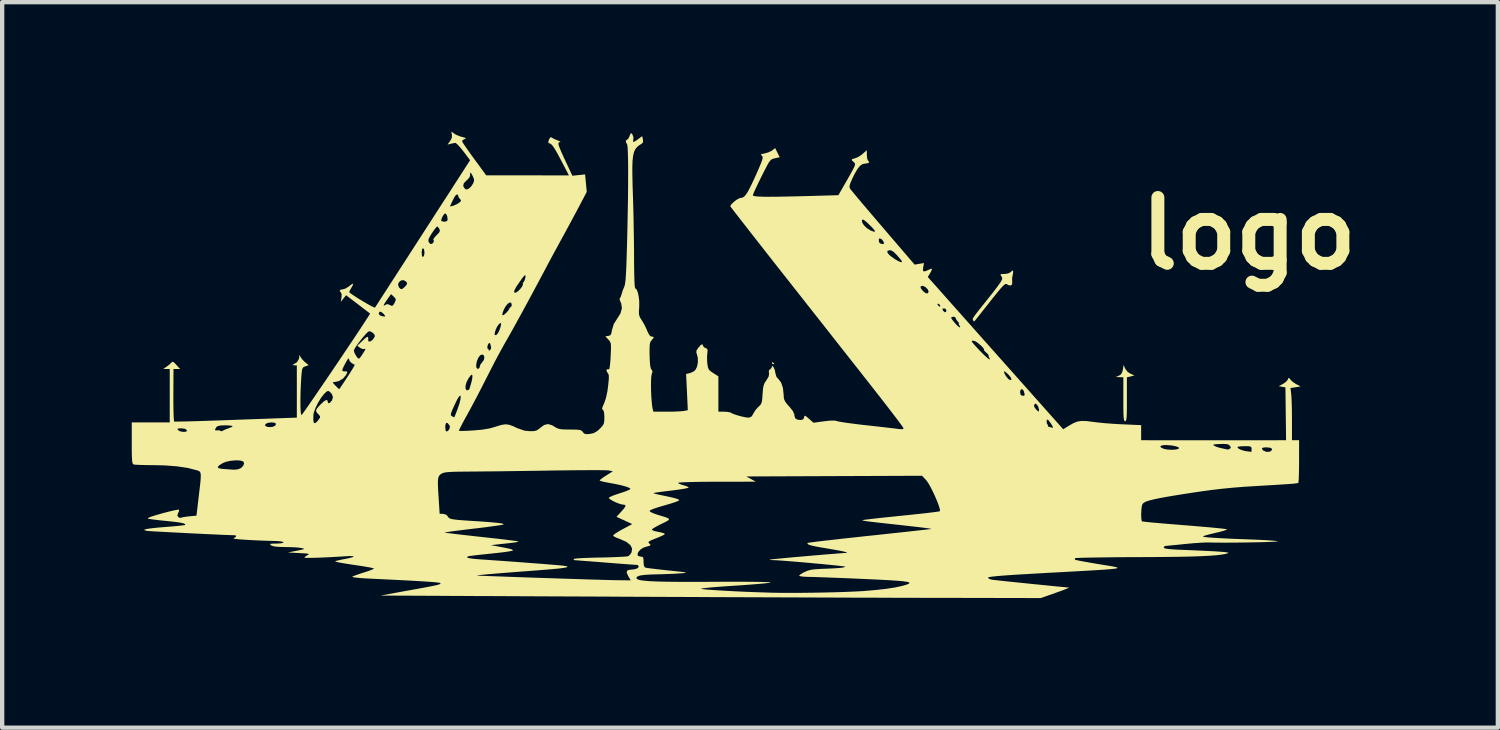
<source format=kicad_pcb>
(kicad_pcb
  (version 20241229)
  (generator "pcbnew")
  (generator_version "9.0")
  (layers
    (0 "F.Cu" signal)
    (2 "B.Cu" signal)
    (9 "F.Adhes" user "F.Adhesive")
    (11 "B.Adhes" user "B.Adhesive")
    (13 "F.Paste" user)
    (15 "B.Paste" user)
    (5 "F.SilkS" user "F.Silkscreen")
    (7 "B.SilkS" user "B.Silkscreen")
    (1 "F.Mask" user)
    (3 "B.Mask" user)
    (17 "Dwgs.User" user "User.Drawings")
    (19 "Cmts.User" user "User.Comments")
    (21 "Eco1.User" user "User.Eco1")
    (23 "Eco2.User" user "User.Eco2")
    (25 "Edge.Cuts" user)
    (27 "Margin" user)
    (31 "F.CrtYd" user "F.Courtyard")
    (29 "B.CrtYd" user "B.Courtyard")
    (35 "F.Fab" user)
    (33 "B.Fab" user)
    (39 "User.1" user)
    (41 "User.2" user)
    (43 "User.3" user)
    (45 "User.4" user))
  (footprint "logo"
    (layer "F.Cu")
    (at 12.782 4.831)
    (property "Reference" "logo" (at 13.075 -2.475 0) (layer "F.SilkS") (effects (font (size 1.524 1.524) (thickness 0.3))))
    (attr board_only exclude_from_pos_files exclude_from_bom)
    (fp_poly (pts (xy 2.062 0.509) (xy 2.088 0.533) (xy 2.089 0.538) (xy 2.068 0.549) (xy 2.062 0.55) (xy 2.035 0.529) (xy 2.034 0.521) (xy 2.051 0.504)) (stroke (width 0) (type solid)) (fill yes) (layer "F.SilkS"))
    (fp_poly (pts (xy 10.212 0.65) (xy 10.271 0.729) (xy 10.338 0.771) (xy 10.429 0.808) (xy 10.341 0.831) (xy 10.253 0.854) (xy 10.253 1.361) (xy 10.253 1.543) (xy 10.251 1.676) (xy 10.247 1.769) (xy 10.24 1.827) (xy 10.23 1.858) (xy 10.216 1.869) (xy 10.212 1.869) (xy 10.198 1.862) (xy 10.187 1.837) (xy 10.179 1.786) (xy 10.174 1.703) (xy 10.172 1.581) (xy 10.171 1.413) (xy 10.171 1.361) (xy 10.171 0.852) (xy 10.082 0.849) (xy 9.992 0.846) (xy 10.066 0.817) (xy 10.121 0.781) (xy 10.15 0.718) (xy 10.159 0.678) (xy 10.177 0.568)) (stroke (width 0) (type solid)) (fill yes) (layer "F.SilkS"))
    (fp_poly (pts (xy 7.621 -1.608) (xy 7.617 -1.551) (xy 7.61 -1.522) (xy 7.596 -1.437) (xy 7.598 -1.363) (xy 7.599 -1.357) (xy 7.596 -1.297) (xy 7.558 -1.27) (xy 7.502 -1.284) (xy 7.487 -1.295) (xy 7.469 -1.307) (xy 7.449 -1.308) (xy 7.422 -1.295) (xy 7.385 -1.262) (xy 7.332 -1.205) (xy 7.261 -1.119) (xy 7.165 -1.001) (xy 7.042 -0.845) (xy 6.997 -0.788) (xy 6.904 -0.671) (xy 6.825 -0.57) (xy 6.764 -0.494) (xy 6.727 -0.449) (xy 6.719 -0.44) (xy 6.701 -0.455) (xy 6.698 -0.458) (xy 6.685 -0.478) (xy 6.687 -0.503) (xy 6.708 -0.544) (xy 6.754 -0.608) (xy 6.829 -0.704) (xy 6.852 -0.733) (xy 7.003 -0.922) (xy 7.123 -1.073) (xy 7.214 -1.19) (xy 7.281 -1.28) (xy 7.327 -1.346) (xy 7.354 -1.392) (xy 7.366 -1.426) (xy 7.366 -1.449) (xy 7.358 -1.469) (xy 7.351 -1.48) (xy 7.327 -1.518) (xy 7.336 -1.535) (xy 7.387 -1.539) (xy 7.417 -1.539) (xy 7.5 -1.55) (xy 7.556 -1.577) (xy 7.56 -1.581) (xy 7.602 -1.619)) (stroke (width 0) (type solid)) (fill yes) (layer "F.SilkS"))
    (fp_poly (pts (xy -5.335 -4.799) (xy -5.274 -4.761) (xy -5.186 -4.725) (xy -5.148 -4.714) (xy -5.074 -4.694) (xy -5.048 -4.679) (xy -5.064 -4.667) (xy -5.081 -4.661) (xy -5.126 -4.634) (xy -5.135 -4.607) (xy -5.117 -4.574) (xy -5.071 -4.506) (xy -5.004 -4.409) (xy -4.921 -4.292) (xy -4.852 -4.198) (xy -4.577 -3.823) (xy -2.662 -3.821) (xy -2.852 -4.185) (xy -2.935 -4.34) (xy -2.999 -4.449) (xy -3.048 -4.518) (xy -3.084 -4.552) (xy -3.099 -4.558) (xy -3.136 -4.57) (xy -3.14 -4.601) (xy -3.125 -4.646) (xy -3.098 -4.698) (xy -3.07 -4.703) (xy -3.06 -4.696) (xy -3.012 -4.668) (xy -2.938 -4.636) (xy -2.921 -4.63) (xy -2.869 -4.607) (xy -2.859 -4.594) (xy -2.869 -4.592) (xy -2.894 -4.586) (xy -2.906 -4.567) (xy -2.902 -4.527) (xy -2.879 -4.46) (xy -2.837 -4.36) (xy -2.774 -4.22) (xy -2.735 -4.138) (xy -2.583 -3.813) (xy -2.288 -3.844) (xy -2.269 -3.641) (xy -2.25 -3.439) (xy -2.421 -3.114) (xy -2.497 -2.971) (xy -2.59 -2.798) (xy -2.689 -2.614) (xy -2.785 -2.437) (xy -2.818 -2.378) (xy -2.905 -2.218) (xy -2.995 -2.052) (xy -3.079 -1.897) (xy -3.149 -1.767) (xy -3.174 -1.718) (xy -3.357 -1.375) (xy -3.531 -1.05) (xy -3.694 -0.748) (xy -3.843 -0.476) (xy -3.975 -0.237) (xy -4.087 -0.038) (xy -4.164 0.096) (xy -4.222 0.2) (xy -4.298 0.34) (xy -4.385 0.504) (xy -4.476 0.681) (xy -4.565 0.856) (xy -4.57 0.866) (xy -4.664 1.05) (xy -4.764 1.245) (xy -4.864 1.435) (xy -4.955 1.604) (xy -5.025 1.732) (xy -5.093 1.855) (xy -5.149 1.961) (xy -5.189 2.04) (xy -5.208 2.084) (xy -5.209 2.09) (xy -5.18 2.094) (xy -5.107 2.094) (xy -5.001 2.09) (xy -4.875 2.083) (xy -4.671 2.065) (xy -4.504 2.037) (xy -4.358 1.996) (xy -4.35 1.993) (xy -4.227 1.955) (xy -4.132 1.941) (xy -4.045 1.951) (xy -3.944 1.989) (xy -3.862 2.028) (xy -3.691 2.088) (xy -3.569 2.1) (xy -3.472 2.098) (xy -3.407 2.082) (xy -3.354 2.046) (xy -3.335 2.029) (xy -3.237 1.957) (xy -3.146 1.935) (xy -3.05 1.964) (xy -3.006 1.991) (xy -2.951 2.024) (xy -2.897 2.045) (xy -2.828 2.057) (xy -2.731 2.061) (xy -2.639 2.062) (xy -2.516 2.063) (xy -2.435 2.068) (xy -2.387 2.079) (xy -2.357 2.098) (xy -2.341 2.12) (xy -2.309 2.156) (xy -2.262 2.169) (xy -2.181 2.164) (xy -2.181 2.164) (xy -2.086 2.143) (xy -2.004 2.095) (xy -1.949 2.045) (xy -1.888 1.981) (xy -1.856 1.927) (xy -1.844 1.86) (xy -1.842 1.78) (xy -1.848 1.671) (xy -1.867 1.614) (xy -1.878 1.606) (xy -1.895 1.586) (xy -1.886 1.541) (xy -1.851 1.463) (xy -1.808 1.341) (xy -1.772 1.176) (xy -1.757 1.064) (xy -1.743 0.938) (xy -1.738 0.854) (xy -1.741 0.801) (xy -1.754 0.766) (xy -1.772 0.744) (xy -1.794 0.698) (xy -1.782 0.666) (xy -1.745 0.666) (xy -1.736 0.671) (xy -1.725 0.651) (xy -1.715 0.587) (xy -1.704 0.488) (xy -1.697 0.369) (xy -1.691 0.233) (xy -1.689 0.14) (xy -1.693 0.079) (xy -1.706 0.037) (xy -1.727 0.005) (xy -1.751 -0.022) (xy -1.82 -0.096) (xy -1.752 -0.105) (xy -1.709 -0.117) (xy -1.684 -0.152) (xy -1.669 -0.225) (xy -1.666 -0.242) (xy -1.624 -0.382) (xy -1.554 -0.491) (xy -1.47 -0.624) (xy -1.436 -0.747) (xy -1.452 -0.857) (xy -1.465 -0.885) (xy -1.488 -0.941) (xy -1.486 -0.975) (xy -1.485 -0.976) (xy -1.463 -1.011) (xy -1.443 -1.073) (xy -1.417 -1.159) (xy -1.384 -1.238) (xy -1.371 -1.274) (xy -1.361 -1.33) (xy -1.351 -1.414) (xy -1.343 -1.529) (xy -1.335 -1.681) (xy -1.328 -1.876) (xy -1.321 -2.118) (xy -1.318 -2.207) (xy -1.309 -2.578) (xy -1.302 -2.928) (xy -1.296 -3.253) (xy -1.293 -3.551) (xy -1.292 -3.817) (xy -1.292 -4.047) (xy -1.295 -4.238) (xy -1.3 -4.387) (xy -1.306 -4.489) (xy -1.315 -4.54) (xy -1.318 -4.545) (xy -1.344 -4.59) (xy -1.341 -4.632) (xy -1.318 -4.646) (xy -1.29 -4.669) (xy -1.261 -4.726) (xy -1.259 -4.732) (xy -1.237 -4.788) (xy -1.218 -4.798) (xy -1.192 -4.769) (xy -1.17 -4.704) (xy -1.172 -4.655) (xy -1.179 -4.607) (xy -1.162 -4.595) (xy -1.115 -4.62) (xy -1.06 -4.66) (xy -0.968 -4.73) (xy -0.95 -4.655) (xy -0.946 -4.59) (xy -0.974 -4.557) (xy -1.037 -4.518) (xy -1.088 -4.476) (xy -1.128 -4.424) (xy -1.157 -4.357) (xy -1.178 -4.269) (xy -1.19 -4.154) (xy -1.195 -4.006) (xy -1.194 -3.819) (xy -1.189 -3.588) (xy -1.182 -3.383) (xy -1.174 -3.132) (xy -1.167 -2.847) (xy -1.162 -2.55) (xy -1.157 -2.26) (xy -1.155 -1.999) (xy -1.155 -1.931) (xy -1.154 -1.728) (xy -1.151 -1.55) (xy -1.147 -1.403) (xy -1.142 -1.293) (xy -1.135 -1.227) (xy -1.13 -1.21) (xy -1.098 -1.184) (xy -1.069 -1.117) (xy -1.048 -1.02) (xy -1.035 -0.907) (xy -1.035 -0.791) (xy -1.036 -0.77) (xy -1.043 -0.665) (xy -1.039 -0.594) (xy -1.021 -0.539) (xy -0.984 -0.479) (xy -0.978 -0.471) (xy -0.922 -0.377) (xy -0.869 -0.268) (xy -0.854 -0.23) (xy -0.818 -0.154) (xy -0.783 -0.104) (xy -0.766 -0.094) (xy -0.709 -0.085) (xy -0.701 -0.063) (xy -0.739 -0.017) (xy -0.766 0.016) (xy -0.784 0.055) (xy -0.793 0.111) (xy -0.796 0.197) (xy -0.796 0.324) (xy -0.795 0.341) (xy -0.79 0.491) (xy -0.78 0.592) (xy -0.765 0.653) (xy -0.751 0.674) (xy -0.727 0.716) (xy -0.742 0.769) (xy -0.745 0.774) (xy -0.755 0.824) (xy -0.761 0.916) (xy -0.763 1.036) (xy -0.761 1.171) (xy -0.755 1.308) (xy -0.745 1.435) (xy -0.733 1.537) (xy -0.726 1.574) (xy -0.708 1.649) (xy -0.399 1.649) (xy -0.264 1.648) (xy -0.141 1.643) (xy -0.045 1.637) (xy 0.000058 1.631) (xy 0.089 1.614) (xy 0.07 1.194) (xy 0.05 0.775) (xy 0.132 0.757) (xy 0.208 0.727) (xy 0.261 0.688) (xy 0.302 0.61) (xy 0.323 0.504) (xy 0.32 0.395) (xy 0.303 0.331) (xy 0.285 0.271) (xy 0.295 0.223) (xy 0.334 0.167) (xy 0.393 0.102) (xy 0.428 0.087) (xy 0.44 0.12) (xy 0.44 0.12) (xy 0.463 0.157) (xy 0.499 0.174) (xy 0.537 0.193) (xy 0.548 0.232) (xy 0.542 0.286) (xy 0.535 0.372) (xy 0.537 0.479) (xy 0.541 0.53) (xy 0.554 0.619) (xy 0.577 0.675) (xy 0.625 0.719) (xy 0.677 0.754) (xy 0.797 0.83) (xy 0.797 1.649) (xy 0.929 1.649) (xy 1.012 1.654) (xy 1.073 1.666) (xy 1.087 1.674) (xy 1.132 1.697) (xy 1.212 1.725) (xy 1.309 1.753) (xy 1.405 1.775) (xy 1.481 1.786) (xy 1.495 1.787) (xy 1.552 1.772) (xy 1.593 1.72) (xy 1.604 1.696) (xy 1.652 1.616) (xy 1.718 1.541) (xy 1.724 1.536) (xy 1.766 1.497) (xy 1.791 1.456) (xy 1.807 1.397) (xy 1.816 1.306) (xy 1.82 1.244) (xy 1.829 1.124) (xy 1.844 1.041) (xy 1.87 0.978) (xy 1.908 0.921) (xy 1.959 0.839) (xy 1.971 0.772) (xy 1.967 0.754) (xy 1.966 0.693) (xy 1.992 0.67) (xy 2.029 0.633) (xy 2.034 0.61) (xy 2.04 0.586) (xy 2.063 0.605) (xy 2.075 0.62) (xy 2.105 0.688) (xy 2.116 0.755) (xy 2.143 0.845) (xy 2.187 0.892) (xy 2.249 0.974) (xy 2.291 1.099) (xy 2.308 1.258) (xy 2.308 1.28) (xy 2.315 1.35) (xy 2.341 1.411) (xy 2.394 1.482) (xy 2.433 1.524) (xy 2.516 1.626) (xy 2.554 1.707) (xy 2.556 1.733) (xy 2.573 1.799) (xy 2.626 1.833) (xy 2.708 1.842) (xy 2.763 1.824) (xy 2.781 1.781) (xy 2.789 1.748) (xy 2.807 1.743) (xy 2.845 1.77) (xy 2.894 1.813) (xy 2.998 1.904) (xy 3.242 1.871) (xy 3.39 1.855) (xy 3.488 1.854) (xy 3.536 1.865) (xy 3.577 1.876) (xy 3.665 1.891) (xy 3.79 1.91) (xy 3.945 1.93) (xy 4.121 1.952) (xy 4.233 1.964) (xy 4.422 1.985) (xy 4.598 2.005) (xy 4.752 2.023) (xy 4.875 2.037) (xy 4.958 2.048) (xy 4.982 2.051) (xy 5.059 2.055) (xy 5.085 2.036) (xy 5.085 2.035) (xy 5.069 2.008) (xy 5.022 1.942) (xy 4.954 1.851) (xy 8.396 1.851) (xy 8.397 1.91) (xy 8.412 1.938) (xy 8.43 1.972) (xy 8.422 1.982) (xy 8.426 1.99) (xy 8.467 2.005) (xy 8.521 2.018) (xy 8.545 2.018) (xy 8.536 1.994) (xy 8.505 1.939) (xy 8.484 1.908) (xy 8.439 1.848) (xy 8.413 1.83) (xy 8.396 1.85) (xy 8.396 1.851) (xy 4.954 1.851) (xy 4.947 1.841) (xy 4.848 1.711) (xy 4.728 1.555) (xy 4.708 1.529) (xy 8.104 1.529) (xy 8.142 1.586) (xy 8.143 1.587) (xy 8.191 1.635) (xy 8.213 1.644) (xy 8.219 1.614) (xy 8.219 1.6) (xy 8.203 1.539) (xy 8.179 1.497) (xy 8.145 1.461) (xy 8.121 1.471) (xy 8.111 1.484) (xy 8.104 1.529) (xy 4.708 1.529) (xy 4.591 1.378) (xy 4.45 1.198) (xy 7.78 1.198) (xy 7.79 1.248) (xy 7.814 1.274) (xy 7.867 1.282) (xy 7.888 1.26) (xy 7.887 1.25) (xy 7.866 1.173) (xy 7.846 1.137) (xy 7.819 1.127) (xy 7.817 1.127) (xy 7.789 1.149) (xy 7.78 1.198) (xy 4.45 1.198) (xy 4.44 1.185) (xy 4.291 0.995) (xy 4.131 0.791) (xy 4.086 0.733) (xy 7.409 0.733) (xy 7.426 0.779) (xy 7.46 0.834) (xy 7.499 0.882) (xy 7.525 0.904) (xy 7.57 0.918) (xy 7.582 0.898) (xy 7.563 0.853) (xy 7.516 0.795) (xy 7.462 0.744) (xy 7.423 0.716) (xy 7.416 0.715) (xy 7.409 0.733) (xy 4.086 0.733) (xy 3.942 0.551) (xy 3.73 0.282) (xy 3.518 0.012) (xy 6.659 0.012) (xy 6.67 0.037) (xy 6.712 0.089) (xy 6.775 0.159) (xy 6.849 0.238) (xy 6.926 0.315) (xy 6.996 0.381) (xy 7.049 0.426) (xy 7.074 0.44) (xy 7.081 0.423) (xy 7.068 0.403) (xy 7.049 0.364) (xy 7.053 0.351) (xy 7.044 0.326) (xy 7.003 0.285) (xy 6.998 0.282) (xy 6.955 0.24) (xy 6.944 0.212) (xy 6.945 0.211) (xy 6.937 0.185) (xy 6.898 0.14) (xy 6.841 0.088) (xy 6.781 0.041) (xy 6.73 0.012) (xy 6.726 0.011) (xy 6.676 0.005) (xy 6.659 0.012) (xy 3.518 0.012) (xy 3.502 -0.008) (xy 3.262 -0.313) (xy 3.092 -0.529) (xy 6.185 -0.529) (xy 6.202 -0.492) (xy 6.245 -0.435) (xy 6.298 -0.374) (xy 6.348 -0.324) (xy 6.382 -0.302) (xy 6.383 -0.302) (xy 6.396 -0.317) (xy 6.381 -0.339) (xy 6.362 -0.377) (xy 6.365 -0.39) (xy 6.359 -0.416) (xy 6.337 -0.439) (xy 6.302 -0.486) (xy 6.295 -0.512) (xy 6.272 -0.543) (xy 6.24 -0.55) (xy 6.195 -0.541) (xy 6.185 -0.529) (xy 3.092 -0.529) (xy 3.016 -0.625) (xy 2.929 -0.736) (xy 5.982 -0.736) (xy 5.987 -0.707) (xy 5.998 -0.689) (xy 6.037 -0.652) (xy 6.067 -0.663) (xy 6.075 -0.703) (xy 6.052 -0.735) (xy 6.02 -0.742) (xy 5.982 -0.736) (xy 2.929 -0.736) (xy 2.849 -0.836) (xy 5.867 -0.836) (xy 5.883 -0.81) (xy 5.919 -0.782) (xy 5.936 -0.791) (xy 5.925 -0.823) (xy 5.888 -0.851) (xy 5.878 -0.852) (xy 5.867 -0.836) (xy 2.849 -0.836) (xy 2.77 -0.938) (xy 2.529 -1.243) (xy 2.523 -1.251) (xy 5.477 -1.251) (xy 5.481 -1.211) (xy 5.531 -1.146) (xy 5.539 -1.138) (xy 5.599 -1.094) (xy 5.644 -1.09) (xy 5.663 -1.128) (xy 5.663 -1.133) (xy 5.641 -1.186) (xy 5.589 -1.237) (xy 5.53 -1.264) (xy 5.521 -1.265) (xy 5.477 -1.251) (xy 2.523 -1.251) (xy 2.3 -1.534) (xy 2.285 -1.553) (xy 2.085 -1.807) (xy 1.902 -2.04) (xy 4.707 -2.04) (xy 4.746 -1.986) (xy 4.789 -1.95) (xy 4.887 -1.88) (xy 4.967 -1.834) (xy 5.022 -1.812) (xy 5.047 -1.816) (xy 5.035 -1.85) (xy 5.015 -1.876) (xy 4.927 -1.978) (xy 4.862 -2.043) (xy 4.812 -2.078) (xy 4.77 -2.089) (xy 4.764 -2.089) (xy 4.712 -2.076) (xy 4.707 -2.04) (xy 1.902 -2.04) (xy 1.896 -2.048) (xy 1.719 -2.274) (xy 1.664 -2.344) (xy 4.51 -2.344) (xy 4.511 -2.299) (xy 4.527 -2.257) (xy 4.543 -2.245) (xy 4.607 -2.229) (xy 4.631 -2.248) (xy 4.626 -2.275) (xy 4.586 -2.336) (xy 4.532 -2.364) (xy 4.529 -2.364) (xy 4.51 -2.344) (xy 1.664 -2.344) (xy 1.558 -2.479) (xy 1.416 -2.662) (xy 1.322 -2.782) (xy 4.12 -2.782) (xy 4.126 -2.729) (xy 4.169 -2.663) (xy 4.237 -2.598) (xy 4.318 -2.547) (xy 4.329 -2.542) (xy 4.398 -2.517) (xy 4.424 -2.522) (xy 4.408 -2.557) (xy 4.348 -2.624) (xy 4.293 -2.679) (xy 4.213 -2.753) (xy 4.162 -2.791) (xy 4.134 -2.799) (xy 4.12 -2.782) (xy 1.322 -2.782) (xy 1.294 -2.818) (xy 1.196 -2.944) (xy 1.125 -3.037) (xy 1.083 -3.092) (xy 1.072 -3.108) (xy 1.093 -3.147) (xy 1.145 -3.199) (xy 1.21 -3.251) (xy 1.273 -3.288) (xy 1.308 -3.299) (xy 1.352 -3.306) (xy 1.395 -3.331) (xy 1.439 -3.381) (xy 1.489 -3.462) (xy 1.549 -3.578) (xy 1.624 -3.737) (xy 1.665 -3.828) (xy 1.733 -3.982) (xy 1.78 -4.094) (xy 1.809 -4.171) (xy 1.822 -4.221) (xy 1.821 -4.252) (xy 1.81 -4.271) (xy 1.803 -4.276) (xy 1.78 -4.299) (xy 1.796 -4.314) (xy 1.857 -4.327) (xy 1.867 -4.329) (xy 1.957 -4.355) (xy 2.035 -4.393) (xy 2.044 -4.4) (xy 2.111 -4.453) (xy 2.216 -4.242) (xy 2.104 -4.217) (xy 2.062 -4.206) (xy 2.028 -4.191) (xy 1.997 -4.163) (xy 1.962 -4.116) (xy 1.92 -4.041) (xy 1.863 -3.931) (xy 1.794 -3.794) (xy 1.727 -3.657) (xy 1.669 -3.536) (xy 1.625 -3.44) (xy 1.6 -3.378) (xy 1.595 -3.361) (xy 1.606 -3.348) (xy 1.644 -3.339) (xy 1.712 -3.332) (xy 1.813 -3.328) (xy 1.952 -3.326) (xy 2.131 -3.327) (xy 2.354 -3.331) (xy 2.626 -3.337) (xy 2.91 -3.344) (xy 3.575 -3.363) (xy 3.781 -3.722) (xy 3.859 -3.86) (xy 3.913 -3.959) (xy 3.946 -4.026) (xy 3.96 -4.069) (xy 3.959 -4.096) (xy 3.945 -4.116) (xy 3.931 -4.128) (xy 3.886 -4.171) (xy 3.888 -4.195) (xy 3.94 -4.212) (xy 3.956 -4.215) (xy 4.026 -4.243) (xy 4.107 -4.295) (xy 4.135 -4.318) (xy 4.233 -4.404) (xy 4.233 -4.293) (xy 4.24 -4.219) (xy 4.255 -4.171) (xy 4.261 -4.165) (xy 4.289 -4.132) (xy 4.268 -4.106) (xy 4.206 -4.096) (xy 4.137 -4.084) (xy 4.075 -4.042) (xy 4.013 -3.965) (xy 3.945 -3.845) (xy 3.91 -3.774) (xy 3.862 -3.668) (xy 3.837 -3.597) (xy 3.832 -3.551) (xy 3.844 -3.516) (xy 3.845 -3.514) (xy 3.87 -3.481) (xy 3.927 -3.413) (xy 4.011 -3.311) (xy 4.119 -3.183) (xy 4.248 -3.031) (xy 4.392 -2.862) (xy 4.548 -2.679) (xy 4.609 -2.608) (xy 5.339 -1.756) (xy 5.448 -1.774) (xy 5.556 -1.792) (xy 5.538 -1.693) (xy 5.531 -1.625) (xy 5.55 -1.597) (xy 5.601 -1.607) (xy 5.664 -1.636) (xy 5.722 -1.661) (xy 5.742 -1.652) (xy 5.725 -1.606) (xy 5.695 -1.553) (xy 5.644 -1.47) (xy 7.211 0.293) (xy 8.779 2.055) (xy 8.91 1.974) (xy 9.017 1.913) (xy 9.11 1.877) (xy 9.205 1.862) (xy 9.319 1.866) (xy 9.463 1.884) (xy 9.585 1.899) (xy 9.744 1.915) (xy 9.921 1.928) (xy 10.1 1.939) (xy 10.15 1.941) (xy 10.583 1.96) (xy 10.583 2.309) (xy 10.954 2.31) (xy 11.081 2.31) (xy 11.252 2.31) (xy 11.455 2.31) (xy 11.678 2.31) (xy 11.911 2.31) (xy 12.142 2.31) (xy 12.15 2.31) (xy 12.389 2.31) (xy 12.637 2.31) (xy 12.882 2.31) (xy 13.11 2.31) (xy 13.309 2.31) (xy 13.456 2.31) (xy 13.938 2.309) (xy 13.923 1.086) (xy 13.769 1.058) (xy 13.866 1.006) (xy 13.933 0.96) (xy 13.976 0.911) (xy 13.98 0.901) (xy 13.995 0.865) (xy 14.013 0.872) (xy 14.038 0.905) (xy 14.089 0.956) (xy 14.163 1.006) (xy 14.176 1.013) (xy 14.275 1.064) (xy 14.04 1.101) (xy 14.057 1.245) (xy 14.063 1.322) (xy 14.068 1.44) (xy 14.072 1.588) (xy 14.074 1.751) (xy 14.074 1.849) (xy 14.074 2.309) (xy 14.239 2.309) (xy 14.239 2.804) (xy 14.238 2.962) (xy 14.235 3.1) (xy 14.231 3.208) (xy 14.225 3.278) (xy 14.219 3.301) (xy 14.178 3.306) (xy 14.129 3.313) (xy 14.085 3.317) (xy 13.993 3.324) (xy 13.862 3.332) (xy 13.699 3.343) (xy 13.512 3.354) (xy 13.308 3.366) (xy 13.277 3.368) (xy 12.979 3.386) (xy 12.716 3.407) (xy 12.469 3.431) (xy 12.22 3.46) (xy 11.952 3.497) (xy 11.71 3.533) (xy 11.434 3.576) (xy 11.207 3.614) (xy 11.025 3.647) (xy 10.884 3.676) (xy 10.777 3.703) (xy 10.7 3.728) (xy 10.649 3.754) (xy 10.619 3.781) (xy 10.611 3.793) (xy 10.597 3.845) (xy 10.588 3.926) (xy 10.584 4.019) (xy 10.586 4.106) (xy 10.594 4.168) (xy 10.604 4.188) (xy 10.636 4.193) (xy 10.716 4.202) (xy 10.837 4.214) (xy 10.995 4.228) (xy 11.182 4.244) (xy 11.392 4.261) (xy 11.587 4.277) (xy 11.812 4.295) (xy 12.019 4.313) (xy 12.202 4.329) (xy 12.356 4.344) (xy 12.472 4.356) (xy 12.546 4.366) (xy 12.571 4.371) (xy 12.555 4.384) (xy 12.495 4.405) (xy 12.401 4.431) (xy 12.303 4.454) (xy 12.185 4.482) (xy 12.09 4.507) (xy 12.03 4.527) (xy 12.013 4.537) (xy 12.039 4.547) (xy 12.118 4.557) (xy 12.251 4.567) (xy 12.437 4.578) (xy 12.677 4.59) (xy 12.971 4.601) (xy 13.154 4.608) (xy 13.322 4.615) (xy 13.475 4.623) (xy 13.604 4.632) (xy 13.697 4.64) (xy 13.745 4.648) (xy 13.734 4.653) (xy 13.677 4.657) (xy 13.58 4.662) (xy 13.45 4.667) (xy 13.297 4.671) (xy 13.126 4.674) (xy 12.947 4.677) (xy 12.766 4.679) (xy 12.591 4.68) (xy 12.43 4.68) (xy 12.291 4.679) (xy 12.181 4.677) (xy 12.164 4.676) (xy 12.076 4.676) (xy 11.948 4.683) (xy 11.797 4.693) (xy 11.636 4.708) (xy 11.59 4.712) (xy 11.444 4.728) (xy 11.315 4.74) (xy 11.216 4.75) (xy 11.155 4.755) (xy 11.143 4.756) (xy 11.109 4.777) (xy 11.106 4.793) (xy 11.118 4.807) (xy 11.158 4.819) (xy 11.233 4.829) (xy 11.348 4.838) (xy 11.51 4.846) (xy 11.566 4.848) (xy 11.856 4.86) (xy 12.094 4.871) (xy 12.283 4.881) (xy 12.426 4.891) (xy 12.525 4.899) (xy 12.584 4.908) (xy 12.605 4.916) (xy 12.597 4.923) (xy 12.532 4.942) (xy 12.441 4.958) (xy 12.321 4.972) (xy 12.169 4.983) (xy 11.981 4.993) (xy 11.754 5.001) (xy 11.484 5.007) (xy 11.168 5.011) (xy 10.804 5.014) (xy 10.536 5.015) (xy 10.257 5.016) (xy 9.995 5.018) (xy 9.755 5.021) (xy 9.542 5.024) (xy 9.361 5.027) (xy 9.217 5.03) (xy 9.115 5.034) (xy 9.061 5.037) (xy 9.054 5.039) (xy 9.048 5.07) (xy 9.051 5.074) (xy 9.082 5.083) (xy 9.159 5.1) (xy 9.273 5.121) (xy 9.416 5.146) (xy 9.58 5.174) (xy 9.612 5.179) (xy 9.738 5.2) (xy 9.846 5.217) (xy 9.932 5.232) (xy 9.994 5.245) (xy 10.03 5.256) (xy 10.038 5.267) (xy 10.013 5.276) (xy 9.954 5.286) (xy 9.858 5.295) (xy 9.723 5.306) (xy 9.545 5.317) (xy 9.323 5.33) (xy 9.053 5.345) (xy 8.733 5.363) (xy 8.432 5.379) (xy 8.098 5.398) (xy 7.816 5.414) (xy 7.583 5.429) (xy 7.396 5.442) (xy 7.251 5.454) (xy 7.146 5.465) (xy 7.078 5.475) (xy 7.043 5.484) (xy 7.037 5.489) (xy 7.061 5.516) (xy 7.12 5.536) (xy 7.127 5.538) (xy 7.171 5.543) (xy 7.261 5.553) (xy 7.389 5.567) (xy 7.547 5.584) (xy 7.726 5.602) (xy 7.918 5.622) (xy 8.114 5.642) (xy 8.306 5.661) (xy 8.486 5.679) (xy 8.645 5.695) (xy 8.774 5.707) (xy 8.867 5.716) (xy 8.912 5.719) (xy 8.901 5.729) (xy 8.847 5.752) (xy 8.757 5.787) (xy 8.64 5.829) (xy 8.604 5.842) (xy 8.26 5.963) (xy 5.924 5.958) (xy 5.601 5.958) (xy 5.23 5.957) (xy 4.815 5.956) (xy 4.364 5.954) (xy 3.881 5.953) (xy 3.374 5.951) (xy 2.848 5.949) (xy 2.308 5.947) (xy 1.762 5.945) (xy 1.214 5.943) (xy 0.672 5.941) (xy 0.141 5.938) (xy -0.374 5.936) (xy -0.385 5.936) (xy -0.875 5.934) (xy -1.368 5.932) (xy -1.858 5.929) (xy -2.341 5.927) (xy -2.812 5.925) (xy -3.268 5.923) (xy -3.702 5.921) (xy -4.111 5.919) (xy -4.49 5.917) (xy -4.834 5.916) (xy -5.139 5.914) (xy -5.401 5.913) (xy -5.614 5.912) (xy -5.69 5.911) (xy -7.023 5.905) (xy -6.515 5.812) (xy -6.273 5.768) (xy -6.079 5.733) (xy -5.929 5.705) (xy -5.817 5.683) (xy -5.737 5.666) (xy -5.684 5.652) (xy -5.653 5.642) (xy -5.638 5.632) (xy -5.634 5.624) (xy -5.633 5.622) (xy -5.642 5.615) (xy -5.668 5.608) (xy -5.716 5.601) (xy -5.79 5.594) (xy -5.893 5.586) (xy -6.029 5.577) (xy -6.201 5.567) (xy -6.414 5.555) (xy -6.671 5.542) (xy -6.976 5.527) (xy -7.308 5.511) (xy -7.445 5.503) (xy -7.559 5.493) (xy -7.639 5.483) (xy -7.678 5.474) (xy -7.679 5.47) (xy -7.644 5.452) (xy -7.569 5.424) (xy -7.468 5.39) (xy -7.415 5.373) (xy -7.31 5.339) (xy -7.228 5.308) (xy -7.181 5.286) (xy -7.175 5.28) (xy -7.2 5.27) (xy -7.272 5.254) (xy -7.38 5.235) (xy -7.517 5.213) (xy -7.642 5.195) (xy -7.792 5.172) (xy -7.918 5.151) (xy -8.012 5.133) (xy -8.066 5.118) (xy -8.075 5.11) (xy -8.032 5.097) (xy -7.952 5.078) (xy -7.851 5.058) (xy -7.841 5.057) (xy -7.745 5.037) (xy -7.674 5.018) (xy -7.643 5.003) (xy -7.642 5.002) (xy -7.667 4.993) (xy -7.732 4.99) (xy -7.814 4.994) (xy -7.988 5.005) (xy -8.164 5.015) (xy -8.334 5.023) (xy -8.489 5.029) (xy -8.619 5.032) (xy -8.717 5.033) (xy -8.774 5.031) (xy -8.785 5.028) (xy -8.77 5.005) (xy -8.722 4.974) (xy -8.72 4.973) (xy -8.689 4.955) (xy -8.685 4.943) (xy -8.714 4.934) (xy -8.783 4.928) (xy -8.9 4.921) (xy -8.906 4.921) (xy -9.168 4.907) (xy -8.961 4.867) (xy -8.859 4.846) (xy -8.806 4.833) (xy -8.794 4.822) (xy -8.82 4.812) (xy -8.852 4.805) (xy -8.921 4.795) (xy -9.027 4.787) (xy -9.154 4.783) (xy -9.226 4.782) (xy -9.377 4.778) (xy -9.48 4.768) (xy -9.542 4.75) (xy -9.556 4.742) (xy -9.578 4.72) (xy -9.571 4.708) (xy -9.524 4.703) (xy -9.436 4.702) (xy -9.329 4.696) (xy -9.275 4.683) (xy -9.272 4.667) (xy -9.321 4.652) (xy -9.419 4.643) (xy -9.449 4.642) (xy -9.645 4.637) (xy -9.833 4.63) (xy -10.007 4.622) (xy -10.16 4.613) (xy -10.285 4.604) (xy -10.375 4.595) (xy -10.423 4.586) (xy -10.425 4.578) (xy -10.378 4.551) (xy -10.364 4.523) (xy -10.391 4.509) (xy -10.398 4.509) (xy -10.449 4.508) (xy -10.546 4.504) (xy -10.68 4.499) (xy -10.845 4.491) (xy -11.033 4.483) (xy -11.234 4.473) (xy -11.443 4.463) (xy -11.65 4.452) (xy -11.848 4.442) (xy -12.029 4.432) (xy -12.185 4.424) (xy -12.308 4.417) (xy -12.392 4.411) (xy -12.424 4.408) (xy -12.485 4.394) (xy -12.491 4.38) (xy -12.443 4.365) (xy -12.339 4.349) (xy -12.181 4.332) (xy -11.999 4.317) (xy -11.849 4.305) (xy -11.72 4.293) (xy -11.62 4.283) (xy -11.56 4.274) (xy -11.546 4.271) (xy -11.546 4.251) (xy -11.587 4.232) (xy -11.674 4.214) (xy -11.81 4.196) (xy -11.98 4.178) (xy -12.122 4.164) (xy -12.248 4.149) (xy -12.344 4.136) (xy -12.401 4.126) (xy -12.407 4.124) (xy -12.406 4.11) (xy -12.351 4.085) (xy -12.244 4.05) (xy -12.087 4.005) (xy -12.082 4.003) (xy -11.945 3.967) (xy -11.829 3.939) (xy -11.742 3.921) (xy -11.694 3.915) (xy -11.688 3.917) (xy -11.688 3.95) (xy -11.706 3.989) (xy -11.727 4.044) (xy -11.709 4.084) (xy -11.668 4.108) (xy -11.647 4.105) (xy -11.606 4.093) (xy -11.528 4.08) (xy -11.451 4.071) (xy -11.284 4.055) (xy -11.239 3.67) (xy -11.215 3.469) (xy -11.197 3.316) (xy -11.191 3.253) (xy -5.695 3.253) (xy -5.695 3.35) (xy -5.689 3.486) (xy -5.679 3.635) (xy -5.655 4.013) (xy -5.577 4.013) (xy -5.503 4.033) (xy -5.471 4.067) (xy -5.455 4.093) (xy -5.432 4.113) (xy -5.395 4.129) (xy -5.337 4.141) (xy -5.25 4.152) (xy -5.125 4.162) (xy -4.956 4.174) (xy -4.893 4.178) (xy -4.658 4.193) (xy -4.474 4.207) (xy -4.337 4.22) (xy -4.244 4.231) (xy -4.191 4.242) (xy -4.174 4.253) (xy -4.181 4.261) (xy -4.218 4.269) (xy -4.302 4.283) (xy -4.425 4.3) (xy -4.578 4.321) (xy -4.753 4.343) (xy -4.886 4.358) (xy -5.069 4.38) (xy -5.233 4.401) (xy -5.368 4.418) (xy -5.47 4.433) (xy -5.529 4.443) (xy -5.541 4.447) (xy -5.512 4.452) (xy -5.435 4.462) (xy -5.317 4.477) (xy -5.164 4.495) (xy -4.984 4.515) (xy -4.782 4.538) (xy -4.689 4.548) (xy -4.48 4.571) (xy -4.288 4.592) (xy -4.122 4.612) (xy -3.987 4.629) (xy -3.891 4.642) (xy -3.839 4.65) (xy -3.833 4.652) (xy -3.849 4.663) (xy -3.906 4.675) (xy -3.964 4.682) (xy -4.075 4.695) (xy -4.205 4.709) (xy -4.288 4.718) (xy -4.467 4.738) (xy -4.275 4.774) (xy -4.138 4.8) (xy -4.047 4.819) (xy -3.992 4.834) (xy -3.966 4.847) (xy -3.958 4.86) (xy -3.958 4.861) (xy -3.984 4.87) (xy -4.056 4.884) (xy -4.165 4.9) (xy -4.303 4.916) (xy -4.433 4.93) (xy -4.593 4.947) (xy -4.737 4.962) (xy -4.856 4.976) (xy -4.938 4.986) (xy -4.97 4.991) (xy -5.02 5.008) (xy -5.018 5.025) (xy -4.966 5.041) (xy -4.867 5.055) (xy -4.724 5.067) (xy -4.708 5.068) (xy -4.556 5.078) (xy -4.375 5.091) (xy -4.171 5.105) (xy -3.955 5.121) (xy -3.735 5.137) (xy -3.519 5.154) (xy -3.315 5.169) (xy -3.133 5.184) (xy -2.981 5.196) (xy -2.868 5.206) (xy -2.804 5.212) (xy -2.725 5.224) (xy -2.693 5.236) (xy -2.708 5.249) (xy -2.773 5.263) (xy -2.888 5.278) (xy -3.054 5.294) (xy -3.274 5.312) (xy -3.373 5.32) (xy -3.734 5.347) (xy -4.041 5.371) (xy -4.295 5.391) (xy -4.495 5.408) (xy -4.643 5.421) (xy -4.74 5.431) (xy -4.786 5.438) (xy -4.783 5.442) (xy -4.731 5.445) (xy -4.631 5.449) (xy -4.488 5.455) (xy -4.309 5.461) (xy -4.1 5.469) (xy -3.868 5.477) (xy -3.618 5.486) (xy -3.358 5.495) (xy -3.093 5.503) (xy -2.83 5.512) (xy -2.574 5.52) (xy -2.333 5.528) (xy -2.113 5.535) (xy -1.92 5.54) (xy -1.759 5.545) (xy -1.638 5.548) (xy -1.571 5.549) (xy -1.232 5.553) (xy -1.263 5.499) (xy -1.1 5.499) (xy -1.089 5.519) (xy -1.056 5.536) (xy -0.997 5.551) (xy -0.908 5.562) (xy -0.787 5.572) (xy -0.63 5.579) (xy -0.434 5.584) (xy -0.195 5.587) (xy 0.09 5.588) (xy 0.423 5.588) (xy 0.742 5.586) (xy 1.029 5.585) (xy 1.287 5.585) (xy 1.511 5.586) (xy 1.699 5.588) (xy 1.845 5.591) (xy 1.947 5.595) (xy 2 5.599) (xy 2.007 5.603) (xy 1.97 5.611) (xy 1.885 5.621) (xy 1.76 5.633) (xy 1.601 5.646) (xy 1.417 5.66) (xy 1.214 5.674) (xy 1.16 5.677) (xy 0.958 5.691) (xy 0.777 5.704) (xy 0.624 5.717) (xy 0.504 5.729) (xy 0.425 5.739) (xy 0.392 5.747) (xy 0.393 5.749) (xy 0.431 5.756) (xy 0.517 5.765) (xy 0.643 5.775) (xy 0.804 5.785) (xy 0.991 5.796) (xy 1.197 5.807) (xy 1.416 5.817) (xy 1.64 5.826) (xy 1.863 5.833) (xy 2.034 5.839) (xy 2.231 5.842) (xy 2.463 5.843) (xy 2.719 5.842) (xy 2.987 5.839) (xy 3.258 5.834) (xy 3.519 5.828) (xy 3.759 5.82) (xy 3.969 5.811) (xy 4.135 5.802) (xy 4.151 5.801) (xy 4.44 5.776) (xy 4.68 5.749) (xy 4.877 5.719) (xy 5.037 5.685) (xy 5.08 5.674) (xy 5.156 5.651) (xy 5.204 5.631) (xy 5.222 5.614) (xy 5.207 5.599) (xy 5.157 5.586) (xy 5.068 5.573) (xy 4.936 5.562) (xy 4.76 5.55) (xy 4.536 5.538) (xy 4.26 5.525) (xy 4.162 5.521) (xy 3.918 5.51) (xy 3.681 5.5) (xy 3.46 5.492) (xy 3.263 5.484) (xy 3.097 5.478) (xy 2.971 5.474) (xy 2.893 5.473) (xy 2.789 5.469) (xy 2.711 5.461) (xy 2.669 5.449) (xy 2.666 5.445) (xy 2.689 5.42) (xy 2.747 5.383) (xy 2.796 5.358) (xy 2.866 5.328) (xy 2.942 5.308) (xy 3.037 5.296) (xy 3.167 5.288) (xy 3.243 5.285) (xy 3.427 5.278) (xy 3.572 5.269) (xy 3.673 5.258) (xy 3.726 5.245) (xy 3.732 5.235) (xy 3.703 5.229) (xy 3.626 5.22) (xy 3.512 5.207) (xy 3.367 5.193) (xy 3.201 5.176) (xy 3.021 5.16) (xy 2.836 5.143) (xy 2.654 5.127) (xy 2.484 5.113) (xy 2.333 5.101) (xy 2.21 5.092) (xy 2.123 5.087) (xy 2.091 5.086) (xy 2.021 5.083) (xy 1.984 5.077) (xy 1.982 5.074) (xy 2.01 5.069) (xy 2.085 5.061) (xy 2.2 5.05) (xy 2.345 5.036) (xy 2.513 5.02) (xy 2.697 5.004) (xy 2.888 4.987) (xy 3.078 4.971) (xy 3.26 4.955) (xy 3.426 4.942) (xy 3.567 4.931) (xy 3.676 4.922) (xy 3.745 4.918) (xy 3.748 4.918) (xy 3.778 4.912) (xy 3.755 4.9) (xy 3.681 4.881) (xy 3.558 4.857) (xy 3.387 4.827) (xy 3.276 4.808) (xy 3.103 4.779) (xy 2.98 4.754) (xy 2.902 4.732) (xy 2.863 4.712) (xy 2.859 4.692) (xy 2.864 4.686) (xy 2.894 4.681) (xy 2.973 4.67) (xy 3.096 4.654) (xy 3.258 4.635) (xy 3.455 4.613) (xy 3.68 4.587) (xy 3.93 4.56) (xy 4.197 4.531) (xy 4.291 4.521) (xy 4.564 4.492) (xy 4.821 4.464) (xy 5.056 4.439) (xy 5.264 4.416) (xy 5.44 4.397) (xy 5.579 4.381) (xy 5.675 4.37) (xy 5.724 4.364) (xy 5.728 4.363) (xy 5.709 4.358) (xy 5.643 4.347) (xy 5.535 4.333) (xy 5.393 4.316) (xy 5.225 4.297) (xy 5.056 4.278) (xy 4.804 4.25) (xy 4.601 4.228) (xy 4.443 4.21) (xy 4.324 4.196) (xy 4.239 4.185) (xy 4.183 4.177) (xy 4.149 4.17) (xy 4.135 4.165) (xy 4.133 4.16) (xy 4.134 4.158) (xy 4.163 4.153) (xy 4.241 4.143) (xy 4.36 4.129) (xy 4.514 4.111) (xy 4.696 4.092) (xy 4.901 4.071) (xy 5.027 4.058) (xy 5.242 4.036) (xy 5.438 4.015) (xy 5.61 3.996) (xy 5.751 3.979) (xy 5.855 3.965) (xy 5.914 3.956) (xy 5.925 3.952) (xy 5.926 3.917) (xy 5.906 3.844) (xy 5.87 3.745) (xy 5.822 3.63) (xy 5.768 3.512) (xy 5.712 3.401) (xy 5.66 3.308) (xy 5.616 3.244) (xy 5.609 3.236) (xy 5.512 3.132) (xy 1.443 3.148) (xy 1.553 3.208) (xy 1.663 3.269) (xy 0.763 3.27) (xy 0.544 3.271) (xy 0.345 3.273) (xy 0.172 3.277) (xy 0.031 3.281) (xy -0.071 3.286) (xy -0.127 3.292) (xy -0.137 3.295) (xy -0.113 3.316) (xy -0.052 3.34) (xy -0.014 3.351) (xy 0.059 3.374) (xy 0.104 3.396) (xy 0.11 3.405) (xy 0.084 3.416) (xy 0.013 3.431) (xy -0.093 3.448) (xy -0.226 3.466) (xy -0.295 3.475) (xy -0.438 3.492) (xy -0.56 3.508) (xy -0.651 3.521) (xy -0.702 3.53) (xy -0.71 3.532) (xy -0.69 3.542) (xy -0.631 3.558) (xy -0.559 3.574) (xy -0.388 3.61) (xy -0.265 3.637) (xy -0.182 3.659) (xy -0.134 3.676) (xy -0.113 3.692) (xy -0.111 3.697) (xy -0.134 3.714) (xy -0.201 3.741) (xy -0.302 3.774) (xy -0.426 3.811) (xy -0.452 3.818) (xy -0.595 3.86) (xy -0.705 3.897) (xy -0.775 3.927) (xy -0.797 3.946) (xy -0.773 3.97) (xy -0.708 4.001) (xy -0.616 4.034) (xy -0.598 4.039) (xy -0.464 4.079) (xy -0.38 4.108) (xy -0.345 4.132) (xy -0.354 4.157) (xy -0.407 4.19) (xy -0.501 4.237) (xy -0.521 4.246) (xy -0.619 4.296) (xy -0.695 4.339) (xy -0.737 4.368) (xy -0.742 4.374) (xy -0.726 4.395) (xy -0.671 4.415) (xy -0.571 4.436) (xy -0.543 4.441) (xy -0.477 4.458) (xy -0.442 4.476) (xy -0.44 4.48) (xy -0.464 4.499) (xy -0.527 4.53) (xy -0.618 4.569) (xy -0.647 4.58) (xy -0.749 4.621) (xy -0.806 4.65) (xy -0.824 4.672) (xy -0.812 4.69) (xy -0.775 4.725) (xy -0.785 4.749) (xy -0.845 4.767) (xy -0.864 4.771) (xy -0.945 4.799) (xy -1.012 4.844) (xy -1.057 4.897) (xy -1.076 4.947) (xy -1.063 4.986) (xy -1.011 5.003) (xy -1.003 5.003) (xy -0.961 5.008) (xy -0.941 5.034) (xy -0.935 5.095) (xy -0.935 5.125) (xy -0.929 5.208) (xy -0.908 5.249) (xy -0.887 5.26) (xy -0.844 5.267) (xy -0.757 5.279) (xy -0.636 5.293) (xy -0.489 5.31) (xy -0.357 5.324) (xy -0.186 5.342) (xy -0.064 5.355) (xy 0.011 5.365) (xy 0.045 5.372) (xy 0.041 5.378) (xy 0.003 5.384) (xy -0.063 5.39) (xy -0.082 5.391) (xy -0.206 5.399) (xy -0.359 5.406) (xy -0.513 5.411) (xy -0.567 5.412) (xy -0.762 5.417) (xy -0.909 5.426) (xy -1.01 5.44) (xy -1.071 5.46) (xy -1.098 5.487) (xy -1.1 5.499) (xy -1.263 5.499) (xy -1.291 5.452) (xy -1.326 5.375) (xy -1.316 5.328) (xy -1.261 5.308) (xy -1.223 5.305) (xy -1.131 5.294) (xy -1.067 5.268) (xy -1.045 5.233) (xy -1.067 5.201) (xy -1.093 5.195) (xy -1.133 5.193) (xy -1.219 5.187) (xy -1.344 5.178) (xy -1.5 5.166) (xy -1.679 5.152) (xy -1.828 5.14) (xy -2.017 5.125) (xy -2.188 5.112) (xy -2.333 5.101) (xy -2.444 5.092) (xy -2.514 5.087) (xy -2.536 5.086) (xy -2.556 5.065) (xy -2.556 5.06) (xy -2.53 5.052) (xy -2.456 5.044) (xy -2.342 5.037) (xy -2.194 5.031) (xy -2.02 5.026) (xy -1.945 5.025) (xy -1.765 5.021) (xy -1.602 5.015) (xy -1.464 5.009) (xy -1.361 5.003) (xy -1.3 4.996) (xy -1.289 4.993) (xy -1.244 4.954) (xy -1.213 4.904) (xy -1.2 4.817) (xy -1.24 4.737) (xy -1.331 4.663) (xy -1.473 4.6) (xy -1.485 4.595) (xy -1.567 4.564) (xy -1.624 4.534) (xy -1.641 4.519) (xy -1.623 4.495) (xy -1.565 4.454) (xy -1.479 4.401) (xy -1.423 4.371) (xy -1.197 4.25) (xy -1.379 4.166) (xy -1.562 4.082) (xy -1.455 3.966) (xy -1.384 3.885) (xy -1.353 3.835) (xy -1.361 3.808) (xy -1.405 3.8) (xy -1.409 3.8) (xy -1.468 3.789) (xy -1.546 3.761) (xy -1.627 3.724) (xy -1.696 3.686) (xy -1.736 3.653) (xy -1.74 3.642) (xy -1.714 3.623) (xy -1.646 3.593) (xy -1.549 3.558) (xy -1.487 3.538) (xy -1.379 3.503) (xy -1.295 3.47) (xy -1.245 3.445) (xy -1.237 3.436) (xy -1.263 3.413) (xy -1.334 3.385) (xy -1.443 3.354) (xy -1.58 3.324) (xy -1.737 3.295) (xy -1.739 3.295) (xy -1.839 3.276) (xy -1.913 3.258) (xy -1.95 3.243) (xy -1.952 3.24) (xy -1.93 3.217) (xy -1.874 3.174) (xy -1.799 3.125) (xy -1.646 3.029) (xy -1.734 3.01) (xy -1.78 3.006) (xy -1.874 3.003) (xy -2.011 3.002) (xy -2.185 3.002) (xy -2.389 3.003) (xy -2.618 3.005) (xy -2.864 3.008) (xy -3.021 3.01) (xy -3.305 3.015) (xy -3.599 3.019) (xy -3.892 3.023) (xy -4.175 3.027) (xy -4.436 3.03) (xy -4.665 3.032) (xy -4.852 3.034) (xy -4.881 3.034) (xy -5.093 3.036) (xy -5.258 3.038) (xy -5.381 3.042) (xy -5.471 3.048) (xy -5.534 3.056) (xy -5.578 3.067) (xy -5.608 3.082) (xy -5.614 3.085) (xy -5.649 3.111) (xy -5.673 3.142) (xy -5.688 3.186) (xy -5.695 3.253) (xy -11.191 3.253) (xy -11.187 3.204) (xy -11.184 3.126) (xy -11.189 3.074) (xy -11.202 3.042) (xy -11.224 3.024) (xy -11.255 3.011) (xy -11.282 3.003) (xy -11.485 2.951) (xy -11.618 2.931) (xy -10.793 2.931) (xy -10.771 2.957) (xy -10.696 2.972) (xy -10.647 2.976) (xy -10.552 2.982) (xy -10.475 2.988) (xy -10.442 2.991) (xy -10.384 2.99) (xy -10.315 2.98) (xy -10.251 2.951) (xy -10.203 2.902) (xy -10.182 2.848) (xy -10.197 2.805) (xy -10.204 2.8) (xy -10.273 2.779) (xy -10.375 2.775) (xy -10.49 2.785) (xy -10.599 2.808) (xy -10.677 2.839) (xy -10.761 2.893) (xy -10.793 2.931) (xy -11.618 2.931) (xy -11.734 2.914) (xy -12.019 2.892) (xy -12.275 2.886) (xy -12.425 2.885) (xy -12.556 2.882) (xy -12.66 2.878) (xy -12.725 2.873) (xy -12.739 2.87) (xy -12.755 2.857) (xy -12.767 2.828) (xy -12.774 2.774) (xy -12.779 2.689) (xy -12.782 2.565) (xy -12.782 2.449) (xy 11.026 2.449) (xy 11.037 2.47) (xy 11.063 2.49) (xy 11.118 2.512) (xy 11.199 2.526) (xy 11.29 2.531) (xy 11.375 2.526) (xy 11.438 2.513) (xy 11.463 2.49) (xy 11.463 2.49) (xy 11.438 2.468) (xy 11.375 2.447) (xy 11.288 2.431) (xy 11.195 2.422) (xy 11.112 2.422) (xy 11.058 2.432) (xy 11.026 2.449) (xy -12.782 2.449) (xy -12.782 2.42) (xy 12.252 2.42) (xy 12.274 2.437) (xy 12.282 2.441) (xy 12.335 2.465) (xy 12.413 2.488) (xy 12.527 2.513) (xy 12.59 2.526) (xy 12.622 2.515) (xy 12.638 2.506) (xy 12.659 2.479) (xy 12.654 2.469) (xy 12.81 2.469) (xy 12.835 2.501) (xy 12.897 2.533) (xy 12.982 2.558) (xy 13.03 2.565) (xy 13.096 2.573) (xy 13.131 2.579) (xy 13.133 2.58) (xy 13.138 2.56) (xy 13.14 2.515) (xy 13.139 2.506) (xy 13.376 2.506) (xy 13.406 2.544) (xy 13.408 2.546) (xy 13.483 2.579) (xy 13.559 2.575) (xy 13.604 2.546) (xy 13.614 2.508) (xy 13.573 2.484) (xy 13.485 2.474) (xy 13.472 2.474) (xy 13.399 2.482) (xy 13.376 2.506) (xy 13.139 2.506) (xy 13.136 2.477) (xy 13.117 2.457) (xy 13.07 2.448) (xy 12.981 2.447) (xy 12.975 2.447) (xy 12.888 2.45) (xy 12.828 2.459) (xy 12.81 2.469) (xy 12.654 2.469) (xy 12.638 2.437) (xy 12.637 2.437) (xy 12.608 2.411) (xy 12.559 2.398) (xy 12.477 2.395) (xy 12.411 2.397) (xy 12.313 2.402) (xy 12.262 2.409) (xy 12.252 2.42) (xy -12.782 2.42) (xy -12.782 2.395) (xy -12.782 2.375) (xy -12.782 2.049) (xy -11.725 2.049) (xy -11.711 2.074) (xy -11.71 2.075) (xy -11.661 2.104) (xy -11.587 2.117) (xy -11.584 2.117) (xy -11.522 2.111) (xy -11.505 2.09) (xy -11.508 2.075) (xy -11.529 2.06) (xy -10.855 2.06) (xy -10.842 2.084) (xy -10.803 2.081) (xy -10.752 2.081) (xy -10.732 2.093) (xy -10.7 2.103) (xy -10.684 2.094) (xy -10.638 2.07) (xy -10.566 2.041) (xy -10.549 2.036) (xy -10.484 2.01) (xy -10.478 2.007) (xy -5.525 2.007) (xy -5.517 2.084) (xy -5.492 2.11) (xy -5.454 2.084) (xy -5.431 2.053) (xy -5.417 1.993) (xy -5.431 1.96) (xy -5.475 1.909) (xy -5.507 1.91) (xy -5.523 1.963) (xy -5.525 2.007) (xy -10.478 2.007) (xy -10.448 1.988) (xy -10.446 1.984) (xy -10.471 1.974) (xy -10.511 1.97) (xy -9.695 1.97) (xy -9.692 1.976) (xy -9.65 1.999) (xy -9.581 2.006) (xy -9.51 1.996) (xy -9.461 1.971) (xy -9.46 1.97) (xy -9.443 1.928) (xy -9.476 1.904) (xy -9.55 1.897) (xy -9.634 1.907) (xy -9.686 1.934) (xy -9.695 1.97) (xy -10.511 1.97) (xy -10.536 1.967) (xy -10.618 1.964) (xy -10.729 1.968) (xy -10.796 1.984) (xy -10.823 2.005) (xy -10.855 2.06) (xy -11.529 2.06) (xy -11.549 2.044) (xy -11.634 2.034) (xy -11.702 2.037) (xy -11.725 2.049) (xy -12.782 2.049) (xy -12.782 1.897) (xy -11.903 1.897) (xy -11.903 0.66) (xy -11.978 0.66) (xy -12.054 0.659) (xy -11.978 0.609) (xy -11.914 0.56) (xy -11.868 0.516) (xy -11.843 0.494) (xy -11.813 0.502) (xy -11.766 0.547) (xy -11.749 0.566) (xy -11.663 0.66) (xy -11.816 0.66) (xy -11.819 1.262) (xy -11.819 1.439) (xy -11.817 1.595) (xy -11.814 1.725) (xy -11.809 1.819) (xy -11.803 1.87) (xy -11.801 1.877) (xy -11.77 1.878) (xy -11.689 1.877) (xy -11.564 1.875) (xy -11.401 1.871) (xy -11.204 1.865) (xy -10.979 1.858) (xy -10.731 1.85) (xy -10.465 1.84) (xy -10.432 1.839) (xy -10.359 1.836) (xy -8.58 1.836) (xy -8.569 1.902) (xy -8.541 1.917) (xy -8.497 1.883) (xy -8.458 1.836) (xy -8.424 1.785) (xy -8.424 1.752) (xy -8.45 1.722) (xy -5.396 1.722) (xy -5.386 1.743) (xy -5.367 1.756) (xy -5.326 1.776) (xy -5.315 1.778) (xy -5.304 1.752) (xy -5.278 1.687) (xy -5.244 1.598) (xy -5.239 1.584) (xy -5.197 1.461) (xy -5.174 1.366) (xy -5.167 1.303) (xy -5.176 1.276) (xy -5.201 1.291) (xy -5.241 1.352) (xy -5.269 1.407) (xy -5.331 1.538) (xy -5.371 1.629) (xy -5.392 1.687) (xy -5.396 1.722) (xy -8.45 1.722) (xy -8.459 1.712) (xy -8.464 1.707) (xy -8.505 1.66) (xy -8.516 1.62) (xy -8.494 1.574) (xy -8.436 1.506) (xy -8.416 1.486) (xy -8.334 1.409) (xy -8.278 1.377) (xy -8.25 1.392) (xy -8.247 1.416) (xy -8.233 1.453) (xy -8.2 1.446) (xy -8.155 1.398) (xy -8.149 1.39) (xy -8.124 1.313) (xy -8.152 1.237) (xy -8.204 1.183) (xy -8.236 1.168) (xy -8.273 1.183) (xy -8.327 1.235) (xy -8.331 1.239) (xy -8.403 1.331) (xy -8.472 1.445) (xy -8.53 1.564) (xy -8.568 1.669) (xy -8.577 1.719) (xy -8.58 1.836) (xy -10.359 1.836) (xy -10.163 1.829) (xy -9.91 1.82) (xy -9.678 1.812) (xy -9.472 1.804) (xy -9.298 1.798) (xy -9.162 1.793) (xy -9.069 1.79) (xy -9.025 1.788) (xy -9.023 1.788) (xy -8.961 1.787) (xy -8.961 0.577) (xy -9.023 0.575) (xy -9.059 0.569) (xy -9.044 0.558) (xy -8.96 0.505) (xy -8.912 0.427) (xy -8.905 0.387) (xy -8.902 0.34) (xy -8.893 0.344) (xy -8.88 0.373) (xy -8.844 0.428) (xy -8.785 0.491) (xy -8.772 0.501) (xy -8.688 0.572) (xy -8.765 0.599) (xy -8.801 0.614) (xy -8.824 0.635) (xy -8.839 0.674) (xy -8.849 0.742) (xy -8.858 0.85) (xy -8.861 0.897) (xy -8.87 1.072) (xy -8.876 1.241) (xy -8.878 1.398) (xy -8.877 1.533) (xy -8.872 1.639) (xy -8.864 1.706) (xy -8.853 1.727) (xy -8.833 1.704) (xy -8.787 1.64) (xy -8.717 1.541) (xy -8.628 1.412) (xy -8.523 1.259) (xy -8.405 1.086) (xy -8.332 0.979) (xy -8.126 0.979) (xy -8.094 1.017) (xy -8.068 1.045) (xy -8.017 1.096) (xy -7.985 1.125) (xy -7.981 1.127) (xy -7.966 1.108) (xy -5.057 1.108) (xy -5.036 1.149) (xy -5.016 1.155) (xy -4.973 1.136) (xy -4.964 1.12) (xy -4.951 1.074) (xy -4.929 0.999) (xy -4.921 0.974) (xy -4.902 0.891) (xy -4.896 0.824) (xy -4.897 0.811) (xy -4.909 0.789) (xy -4.934 0.806) (xy -4.98 0.866) (xy -4.982 0.87) (xy -5.029 0.955) (xy -5.054 1.039) (xy -5.057 1.108) (xy -7.966 1.108) (xy -7.964 1.105) (xy -7.923 1.046) (xy -7.865 0.959) (xy -7.795 0.852) (xy -7.792 0.849) (xy -7.723 0.741) (xy -7.668 0.652) (xy -7.632 0.59) (xy -7.623 0.571) (xy -4.81 0.571) (xy -4.803 0.632) (xy -4.774 0.659) (xy -4.769 0.66) (xy -4.735 0.637) (xy -4.728 0.609) (xy -4.709 0.553) (xy -4.673 0.509) (xy -4.631 0.449) (xy -4.619 0.386) (xy -4.639 0.338) (xy -4.666 0.325) (xy -4.716 0.342) (xy -4.763 0.405) (xy -4.796 0.49) (xy -4.81 0.571) (xy -7.623 0.571) (xy -7.62 0.564) (xy -7.62 0.564) (xy -7.648 0.548) (xy -7.69 0.525) (xy -7.739 0.477) (xy -7.753 0.432) (xy -7.761 0.412) (xy -7.786 0.438) (xy -7.829 0.512) (xy -7.834 0.522) (xy -7.884 0.618) (xy -7.908 0.675) (xy -7.906 0.704) (xy -7.881 0.714) (xy -7.847 0.715) (xy -7.802 0.718) (xy -7.793 0.737) (xy -7.816 0.787) (xy -7.82 0.797) (xy -7.889 0.88) (xy -7.987 0.94) (xy -8.086 0.962) (xy -8.122 0.965) (xy -8.126 0.979) (xy -8.332 0.979) (xy -8.277 0.899) (xy -8.144 0.703) (xy -8.009 0.503) (xy -7.875 0.304) (xy -7.829 0.235) (xy -7.642 0.235) (xy -7.627 0.287) (xy -7.59 0.354) (xy -7.584 0.362) (xy -7.554 0.404) (xy -7.531 0.422) (xy -7.508 0.411) (xy -7.473 0.367) (xy -7.419 0.283) (xy -7.406 0.262) (xy -7.375 0.21) (xy -7.376 0.193) (xy -7.396 0.198) (xy -7.448 0.195) (xy -7.476 0.181) (xy -4.552 0.181) (xy -4.536 0.192) (xy -4.518 0.209) (xy -4.522 0.22) (xy -4.517 0.235) (xy -4.496 0.23) (xy -4.465 0.192) (xy -4.466 0.145) (xy -4.485 0.072) (xy -4.508 0.054) (xy -4.534 0.09) (xy -4.548 0.131) (xy -4.552 0.181) (xy -7.476 0.181) (xy -7.5 0.168) (xy -7.561 0.123) (xy -7.436 0.001) (xy -7.365 -0.064) (xy -7.324 -0.086) (xy -7.307 -0.066) (xy -7.31 -0.007) (xy -7.299 0.025) (xy -7.262 0.023) (xy -7.216 -0.006) (xy -7.185 -0.043) (xy -7.155 -0.096) (xy -7.161 -0.131) (xy -7.165 -0.136) (xy -4.382 -0.136) (xy -4.378 -0.126) (xy -4.344 -0.124) (xy -4.304 -0.171) (xy -4.272 -0.236) (xy -4.246 -0.311) (xy -4.233 -0.37) (xy -4.233 -0.374) (xy -4.237 -0.405) (xy -4.258 -0.397) (xy -4.284 -0.375) (xy -4.321 -0.326) (xy -4.354 -0.257) (xy -4.377 -0.187) (xy -4.382 -0.136) (xy -7.165 -0.136) (xy -7.196 -0.171) (xy -7.249 -0.207) (xy -7.293 -0.212) (xy -7.333 -0.182) (xy -7.391 -0.119) (xy -7.46 -0.037) (xy -7.529 0.052) (xy -7.589 0.136) (xy -7.63 0.202) (xy -7.642 0.235) (xy -7.829 0.235) (xy -7.746 0.111) (xy -7.625 -0.069) (xy -7.516 -0.233) (xy -7.423 -0.375) (xy -7.348 -0.49) (xy -7.295 -0.572) (xy -7.269 -0.616) (xy -7.268 -0.619) (xy -7.065 -0.619) (xy -7.039 -0.58) (xy -6.963 -0.557) (xy -6.929 -0.553) (xy -6.915 -0.566) (xy -6.946 -0.609) (xy -6.954 -0.618) (xy -6.96 -0.622) (xy -4.203 -0.622) (xy -4.203 -0.583) (xy -4.172 -0.59) (xy -4.111 -0.642) (xy -4.108 -0.645) (xy -4.063 -0.698) (xy -4.041 -0.738) (xy -4.041 -0.741) (xy -4.021 -0.769) (xy -4.013 -0.77) (xy -3.991 -0.793) (xy -3.986 -0.825) (xy -3.999 -0.873) (xy -4.033 -0.879) (xy -4.079 -0.85) (xy -4.129 -0.789) (xy -4.173 -0.707) (xy -4.203 -0.622) (xy -6.96 -0.622) (xy -7.011 -0.664) (xy -7.05 -0.664) (xy -7.065 -0.619) (xy -7.065 -0.619) (xy -7.268 -0.619) (xy -7.266 -0.623) (xy -7.29 -0.642) (xy -7.349 -0.687) (xy -7.434 -0.752) (xy -7.537 -0.831) (xy -7.547 -0.839) (xy -7.821 -1.047) (xy -7.882 -0.971) (xy -7.943 -0.894) (xy -7.927 -0.993) (xy -7.923 -1.07) (xy -7.941 -1.111) (xy -7.941 -1.111) (xy -7.971 -1.146) (xy -7.952 -1.174) (xy -7.905 -1.182) (xy -7.841 -1.199) (xy -7.768 -1.242) (xy -7.757 -1.251) (xy -7.689 -1.303) (xy -7.658 -1.315) (xy -7.663 -1.285) (xy -7.698 -1.222) (xy -7.733 -1.16) (xy -7.749 -1.12) (xy -7.748 -1.115) (xy -7.697 -1.076) (xy -7.618 -1.023) (xy -7.522 -0.961) (xy -7.418 -0.899) (xy -7.319 -0.841) (xy -7.234 -0.795) (xy -7.174 -0.766) (xy -7.151 -0.761) (xy -7.132 -0.791) (xy -7.116 -0.816) (xy -6.951 -0.816) (xy -6.946 -0.803) (xy -6.915 -0.823) (xy -6.864 -0.842) (xy -6.821 -0.827) (xy -6.768 -0.802) (xy -6.736 -0.81) (xy -6.706 -0.857) (xy -6.696 -0.876) (xy -6.671 -0.934) (xy -6.679 -0.973) (xy -6.717 -1.014) (xy -6.78 -1.073) (xy -6.867 -0.951) (xy -6.925 -0.866) (xy -6.951 -0.816) (xy -7.116 -0.816) (xy -7.087 -0.86) (xy -7.021 -0.963) (xy -6.938 -1.092) (xy -6.924 -1.112) (xy -3.93 -1.112) (xy -3.9 -1.104) (xy -3.844 -1.137) (xy -3.793 -1.187) (xy -3.748 -1.246) (xy -3.728 -1.29) (xy -3.73 -1.3) (xy -3.727 -1.336) (xy -3.719 -1.343) (xy -3.695 -1.377) (xy -3.676 -1.43) (xy -3.666 -1.483) (xy -3.673 -1.511) (xy -3.676 -1.512) (xy -3.696 -1.499) (xy -3.732 -1.457) (xy -3.787 -1.38) (xy -3.867 -1.264) (xy -3.883 -1.24) (xy -3.926 -1.159) (xy -3.93 -1.112) (xy -6.924 -1.112) (xy -6.841 -1.241) (xy -6.809 -1.291) (xy -6.619 -1.291) (xy -6.598 -1.232) (xy -6.594 -1.227) (xy -6.556 -1.191) (xy -6.523 -1.191) (xy -6.475 -1.229) (xy -6.465 -1.238) (xy -6.416 -1.292) (xy -6.41 -1.331) (xy -6.438 -1.369) (xy -6.496 -1.398) (xy -6.554 -1.386) (xy -6.599 -1.347) (xy -6.619 -1.291) (xy -6.809 -1.291) (xy -6.754 -1.377) (xy -6.652 -1.534) (xy -6.527 -1.729) (xy -6.383 -1.951) (xy -6.33 -2.034) (xy -6.07 -2.034) (xy -6.064 -1.956) (xy -6.044 -1.931) (xy -6.039 -1.932) (xy -6.017 -1.964) (xy -6.006 -2.027) (xy -6.006 -2.034) (xy -6.015 -2.099) (xy -6.035 -2.135) (xy -6.037 -2.136) (xy -6.059 -2.119) (xy -6.07 -2.054) (xy -6.07 -2.034) (xy -6.33 -2.034) (xy -6.228 -2.192) (xy -6.136 -2.334) (xy -5.915 -2.334) (xy -5.914 -2.292) (xy -5.908 -2.278) (xy -5.87 -2.232) (xy -5.828 -2.24) (xy -5.802 -2.265) (xy -5.786 -2.306) (xy -5.799 -2.322) (xy -5.799 -2.35) (xy -5.761 -2.401) (xy -5.73 -2.433) (xy -5.672 -2.493) (xy -5.65 -2.534) (xy -5.657 -2.573) (xy -5.662 -2.582) (xy -5.693 -2.626) (xy -5.712 -2.639) (xy -5.736 -2.617) (xy -5.78 -2.562) (xy -5.834 -2.484) (xy -5.889 -2.394) (xy -5.915 -2.334) (xy -6.136 -2.334) (xy -6.066 -2.443) (xy -5.904 -2.694) (xy -5.854 -2.771) (xy -5.619 -2.771) (xy -5.616 -2.766) (xy -5.577 -2.753) (xy -5.534 -2.749) (xy -5.483 -2.764) (xy -5.47 -2.802) (xy -5.48 -2.875) (xy -5.505 -2.928) (xy -5.528 -2.941) (xy -5.556 -2.919) (xy -5.588 -2.869) (xy -5.613 -2.812) (xy -5.619 -2.771) (xy -5.854 -2.771) (xy -5.748 -2.936) (xy -5.727 -2.969) (xy -5.642 -3.1) (xy -5.418 -3.1) (xy -5.343 -3.118) (xy -5.263 -3.151) (xy -5.205 -3.187) (xy -5.163 -3.226) (xy -5.164 -3.253) (xy -5.182 -3.271) (xy -5.217 -3.318) (xy -5.223 -3.343) (xy -5.237 -3.378) (xy -5.247 -3.381) (xy -5.279 -3.366) (xy -5.316 -3.314) (xy -5.364 -3.217) (xy -5.369 -3.206) (xy -5.418 -3.1) (xy -5.642 -3.1) (xy -5.588 -3.184) (xy -5.456 -3.387) (xy -5.336 -3.574) (xy -5.11 -3.574) (xy -5.08 -3.524) (xy -5.048 -3.496) (xy -5.018 -3.498) (xy -4.976 -3.518) (xy -4.928 -3.562) (xy -4.884 -3.628) (xy -4.884 -3.628) (xy -4.86 -3.686) (xy -4.861 -3.736) (xy -4.888 -3.802) (xy -4.894 -3.814) (xy -4.93 -3.876) (xy -4.948 -3.887) (xy -4.952 -3.845) (xy -4.95 -3.816) (xy -4.967 -3.771) (xy -5.016 -3.718) (xy -5.029 -3.708) (xy -5.096 -3.639) (xy -5.11 -3.574) (xy -5.336 -3.574) (xy -5.336 -3.575) (xy -5.229 -3.74) (xy -5.14 -3.878) (xy -5.072 -3.984) (xy -5.028 -4.052) (xy -5.015 -4.072) (xy -4.951 -4.173) (xy -5.103 -4.375) (xy -5.174 -4.463) (xy -5.236 -4.531) (xy -5.28 -4.569) (xy -5.293 -4.573) (xy -5.348 -4.564) (xy -5.402 -4.552) (xy -5.473 -4.534) (xy -5.413 -4.615) (xy -5.372 -4.692) (xy -5.371 -4.767) (xy -5.373 -4.773) (xy -5.384 -4.826) (xy -5.373 -4.831)) (stroke (width 0) (type solid)) (fill yes) (layer "F.SilkS")))
  (gr_rect
    (start -3 -3)
    (end 31.622 13.794)
    (stroke (width 0.1) (type default))
    (fill no)
    (layer "Edge.Cuts")))
</source>
